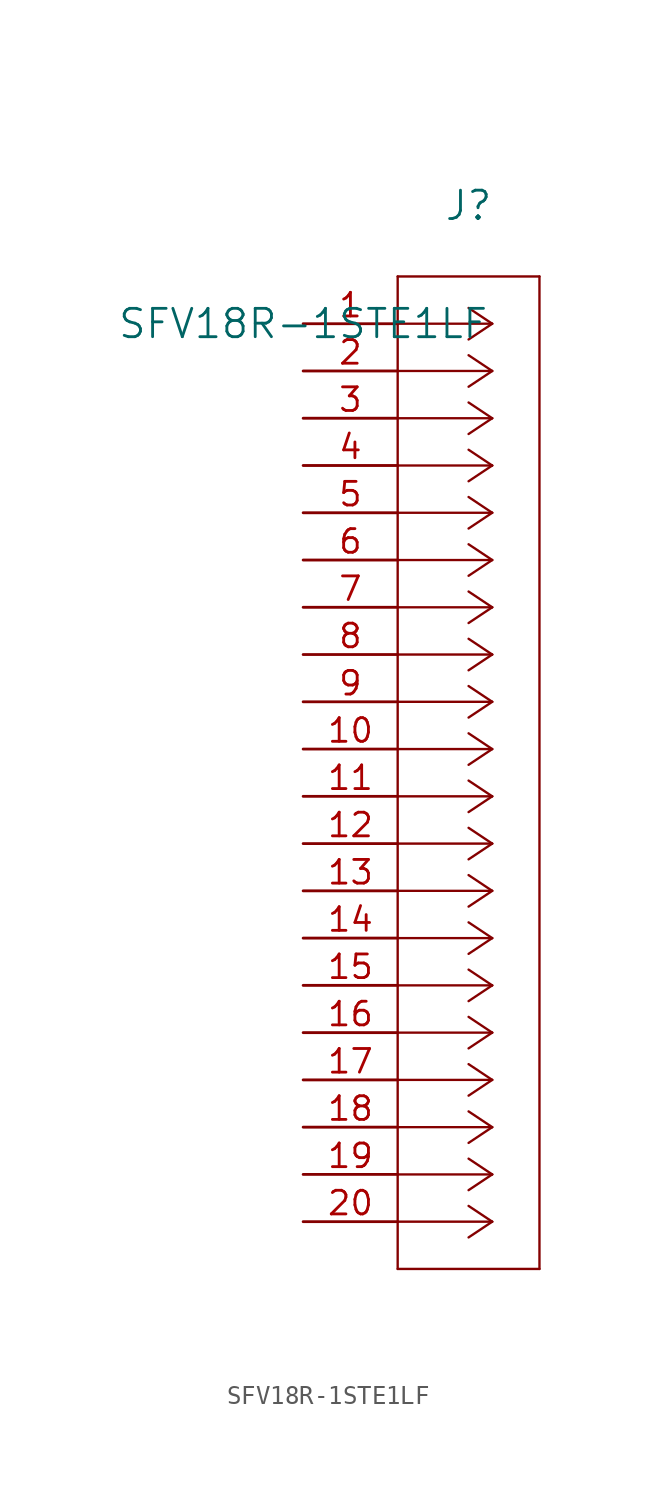
<source format=kicad_sym>
(kicad_symbol_lib
  (version 20211014)
  (generator kicad_symbol_editor)
  (symbol "SFV18R-1STE1LF"
    (pin_names
      (offset 0.254))
    (property "Reference" "J"
      (at 8.89 6.35 0)
      (effects (font (size 1.524 1.524))))
    (property "Value" "SFV18R-1STE1LF"
      (at 0 0 0)
      (effects (font (size 1.524 1.524))))
    (symbol "SFV18R-1STE1LF_0_1"
      (polyline (pts (xy 10.16 0) (xy 5.08 0)) (stroke (width 0.127) (type default) (color 0 0 0 0)) (fill (type none)))
      (polyline (pts (xy 10.16 -2.54) (xy 5.08 -2.54)) (stroke (width 0.127) (type default) (color 0 0 0 0)) (fill (type none)))
      (polyline (pts (xy 10.16 -5.08) (xy 5.08 -5.08)) (stroke (width 0.127) (type default) (color 0 0 0 0)) (fill (type none)))
      (polyline (pts (xy 10.16 -7.62) (xy 5.08 -7.62)) (stroke (width 0.127) (type default) (color 0 0 0 0)) (fill (type none)))
      (polyline (pts (xy 10.16 -10.16) (xy 5.08 -10.16)) (stroke (width 0.127) (type default) (color 0 0 0 0)) (fill (type none)))
      (polyline (pts (xy 10.16 -12.7) (xy 5.08 -12.7)) (stroke (width 0.127) (type default) (color 0 0 0 0)) (fill (type none)))
      (polyline (pts (xy 10.16 -15.24) (xy 5.08 -15.24)) (stroke (width 0.127) (type default) (color 0 0 0 0)) (fill (type none)))
      (polyline (pts (xy 10.16 -17.78) (xy 5.08 -17.78)) (stroke (width 0.127) (type default) (color 0 0 0 0)) (fill (type none)))
      (polyline (pts (xy 10.16 -20.32) (xy 5.08 -20.32)) (stroke (width 0.127) (type default) (color 0 0 0 0)) (fill (type none)))
      (polyline (pts (xy 10.16 -22.86) (xy 5.08 -22.86)) (stroke (width 0.127) (type default) (color 0 0 0 0)) (fill (type none)))
      (polyline (pts (xy 10.16 -25.4) (xy 5.08 -25.4)) (stroke (width 0.127) (type default) (color 0 0 0 0)) (fill (type none)))
      (polyline (pts (xy 10.16 -27.94) (xy 5.08 -27.94)) (stroke (width 0.127) (type default) (color 0 0 0 0)) (fill (type none)))
      (polyline (pts (xy 10.16 -30.48) (xy 5.08 -30.48)) (stroke (width 0.127) (type default) (color 0 0 0 0)) (fill (type none)))
      (polyline (pts (xy 10.16 -33.02) (xy 5.08 -33.02)) (stroke (width 0.127) (type default) (color 0 0 0 0)) (fill (type none)))
      (polyline (pts (xy 10.16 -35.56) (xy 5.08 -35.56)) (stroke (width 0.127) (type default) (color 0 0 0 0)) (fill (type none)))
      (polyline (pts (xy 10.16 -38.1) (xy 5.08 -38.1)) (stroke (width 0.127) (type default) (color 0 0 0 0)) (fill (type none)))
      (polyline (pts (xy 10.16 -40.64) (xy 5.08 -40.64)) (stroke (width 0.127) (type default) (color 0 0 0 0)) (fill (type none)))
      (polyline (pts (xy 10.16 -43.18) (xy 5.08 -43.18)) (stroke (width 0.127) (type default) (color 0 0 0 0)) (fill (type none)))
      (polyline (pts (xy 10.16 -45.72) (xy 5.08 -45.72)) (stroke (width 0.127) (type default) (color 0 0 0 0)) (fill (type none)))
      (polyline (pts (xy 10.16 -48.26) (xy 5.08 -48.26)) (stroke (width 0.127) (type default) (color 0 0 0 0)) (fill (type none)))
      (polyline (pts (xy 10.16 0) (xy 8.89 0.847)) (stroke (width 0.127) (type default) (color 0 0 0 0)) (fill (type none)))
      (polyline (pts (xy 10.16 -2.54) (xy 8.89 -1.693)) (stroke (width 0.127) (type default) (color 0 0 0 0)) (fill (type none)))
      (polyline (pts (xy 10.16 -5.08) (xy 8.89 -4.233)) (stroke (width 0.127) (type default) (color 0 0 0 0)) (fill (type none)))
      (polyline (pts (xy 10.16 -7.62) (xy 8.89 -6.773)) (stroke (width 0.127) (type default) (color 0 0 0 0)) (fill (type none)))
      (polyline (pts (xy 10.16 -10.16) (xy 8.89 -9.313)) (stroke (width 0.127) (type default) (color 0 0 0 0)) (fill (type none)))
      (polyline (pts (xy 10.16 -12.7) (xy 8.89 -11.853)) (stroke (width 0.127) (type default) (color 0 0 0 0)) (fill (type none)))
      (polyline (pts (xy 10.16 -15.24) (xy 8.89 -14.393)) (stroke (width 0.127) (type default) (color 0 0 0 0)) (fill (type none)))
      (polyline (pts (xy 10.16 -17.78) (xy 8.89 -16.933)) (stroke (width 0.127) (type default) (color 0 0 0 0)) (fill (type none)))
      (polyline (pts (xy 10.16 -20.32) (xy 8.89 -19.473)) (stroke (width 0.127) (type default) (color 0 0 0 0)) (fill (type none)))
      (polyline (pts (xy 10.16 -22.86) (xy 8.89 -22.013)) (stroke (width 0.127) (type default) (color 0 0 0 0)) (fill (type none)))
      (polyline (pts (xy 10.16 -25.4) (xy 8.89 -24.553)) (stroke (width 0.127) (type default) (color 0 0 0 0)) (fill (type none)))
      (polyline (pts (xy 10.16 -27.94) (xy 8.89 -27.093)) (stroke (width 0.127) (type default) (color 0 0 0 0)) (fill (type none)))
      (polyline (pts (xy 10.16 -30.48) (xy 8.89 -29.633)) (stroke (width 0.127) (type default) (color 0 0 0 0)) (fill (type none)))
      (polyline (pts (xy 10.16 -33.02) (xy 8.89 -32.173)) (stroke (width 0.127) (type default) (color 0 0 0 0)) (fill (type none)))
      (polyline (pts (xy 10.16 -35.56) (xy 8.89 -34.713)) (stroke (width 0.127) (type default) (color 0 0 0 0)) (fill (type none)))
      (polyline (pts (xy 10.16 -38.1) (xy 8.89 -37.253)) (stroke (width 0.127) (type default) (color 0 0 0 0)) (fill (type none)))
      (polyline (pts (xy 10.16 -40.64) (xy 8.89 -39.793)) (stroke (width 0.127) (type default) (color 0 0 0 0)) (fill (type none)))
      (polyline (pts (xy 10.16 -43.18) (xy 8.89 -42.333)) (stroke (width 0.127) (type default) (color 0 0 0 0)) (fill (type none)))
      (polyline (pts (xy 10.16 -45.72) (xy 8.89 -44.873)) (stroke (width 0.127) (type default) (color 0 0 0 0)) (fill (type none)))
      (polyline (pts (xy 10.16 -48.26) (xy 8.89 -47.413)) (stroke (width 0.127) (type default) (color 0 0 0 0)) (fill (type none)))
      (polyline (pts (xy 10.16 0) (xy 8.89 -0.847)) (stroke (width 0.127) (type default) (color 0 0 0 0)) (fill (type none)))
      (polyline (pts (xy 10.16 -2.54) (xy 8.89 -3.387)) (stroke (width 0.127) (type default) (color 0 0 0 0)) (fill (type none)))
      (polyline (pts (xy 10.16 -5.08) (xy 8.89 -5.927)) (stroke (width 0.127) (type default) (color 0 0 0 0)) (fill (type none)))
      (polyline (pts (xy 10.16 -7.62) (xy 8.89 -8.467)) (stroke (width 0.127) (type default) (color 0 0 0 0)) (fill (type none)))
      (polyline (pts (xy 10.16 -10.16) (xy 8.89 -11.007)) (stroke (width 0.127) (type default) (color 0 0 0 0)) (fill (type none)))
      (polyline (pts (xy 10.16 -12.7) (xy 8.89 -13.547)) (stroke (width 0.127) (type default) (color 0 0 0 0)) (fill (type none)))
      (polyline (pts (xy 10.16 -15.24) (xy 8.89 -16.087)) (stroke (width 0.127) (type default) (color 0 0 0 0)) (fill (type none)))
      (polyline (pts (xy 10.16 -17.78) (xy 8.89 -18.627)) (stroke (width 0.127) (type default) (color 0 0 0 0)) (fill (type none)))
      (polyline (pts (xy 10.16 -20.32) (xy 8.89 -21.167)) (stroke (width 0.127) (type default) (color 0 0 0 0)) (fill (type none)))
      (polyline (pts (xy 10.16 -22.86) (xy 8.89 -23.707)) (stroke (width 0.127) (type default) (color 0 0 0 0)) (fill (type none)))
      (polyline (pts (xy 10.16 -25.4) (xy 8.89 -26.247)) (stroke (width 0.127) (type default) (color 0 0 0 0)) (fill (type none)))
      (polyline (pts (xy 10.16 -27.94) (xy 8.89 -28.787)) (stroke (width 0.127) (type default) (color 0 0 0 0)) (fill (type none)))
      (polyline (pts (xy 10.16 -30.48) (xy 8.89 -31.327)) (stroke (width 0.127) (type default) (color 0 0 0 0)) (fill (type none)))
      (polyline (pts (xy 10.16 -33.02) (xy 8.89 -33.867)) (stroke (width 0.127) (type default) (color 0 0 0 0)) (fill (type none)))
      (polyline (pts (xy 10.16 -35.56) (xy 8.89 -36.407)) (stroke (width 0.127) (type default) (color 0 0 0 0)) (fill (type none)))
      (polyline (pts (xy 10.16 -38.1) (xy 8.89 -38.947)) (stroke (width 0.127) (type default) (color 0 0 0 0)) (fill (type none)))
      (polyline (pts (xy 10.16 -40.64) (xy 8.89 -41.487)) (stroke (width 0.127) (type default) (color 0 0 0 0)) (fill (type none)))
      (polyline (pts (xy 10.16 -43.18) (xy 8.89 -44.027)) (stroke (width 0.127) (type default) (color 0 0 0 0)) (fill (type none)))
      (polyline (pts (xy 10.16 -45.72) (xy 8.89 -46.567)) (stroke (width 0.127) (type default) (color 0 0 0 0)) (fill (type none)))
      (polyline (pts (xy 10.16 -48.26) (xy 8.89 -49.107)) (stroke (width 0.127) (type default) (color 0 0 0 0)) (fill (type none)))
      (polyline (pts (xy 5.08 2.54) (xy 5.08 -50.8)) (stroke (width 0.127) (type default) (color 0 0 0 0)) (fill (type none)))
      (polyline (pts (xy 5.08 -50.8) (xy 12.7 -50.8)) (stroke (width 0.127) (type default) (color 0 0 0 0)) (fill (type none)))
      (polyline (pts (xy 12.7 -50.8) (xy 12.7 2.54)) (stroke (width 0.127) (type default) (color 0 0 0 0)) (fill (type none)))
      (polyline (pts (xy 12.7 2.54) (xy 5.08 2.54)) (stroke (width 0.127) (type default) (color 0 0 0 0)) (fill (type none)))
      (pin unspecified line (at 0 0 0) (length 5.08) (name "" (effects (font (size 1.27 1.27)))) (number "1" (effects (font (size 1.27 1.27)))))
      (pin unspecified line (at 0 -2.54 0) (length 5.08) (name "" (effects (font (size 1.27 1.27)))) (number "2" (effects (font (size 1.27 1.27)))))
      (pin unspecified line (at 0 -5.08 0) (length 5.08) (name "" (effects (font (size 1.27 1.27)))) (number "3" (effects (font (size 1.27 1.27)))))
      (pin unspecified line (at 0 -7.62 0) (length 5.08) (name "" (effects (font (size 1.27 1.27)))) (number "4" (effects (font (size 1.27 1.27)))))
      (pin unspecified line (at 0 -10.16 0) (length 5.08) (name "" (effects (font (size 1.27 1.27)))) (number "5" (effects (font (size 1.27 1.27)))))
      (pin unspecified line (at 0 -12.7 0) (length 5.08) (name "" (effects (font (size 1.27 1.27)))) (number "6" (effects (font (size 1.27 1.27)))))
      (pin unspecified line (at 0 -15.24 0) (length 5.08) (name "" (effects (font (size 1.27 1.27)))) (number "7" (effects (font (size 1.27 1.27)))))
      (pin unspecified line (at 0 -17.78 0) (length 5.08) (name "" (effects (font (size 1.27 1.27)))) (number "8" (effects (font (size 1.27 1.27)))))
      (pin unspecified line (at 0 -20.32 0) (length 5.08) (name "" (effects (font (size 1.27 1.27)))) (number "9" (effects (font (size 1.27 1.27)))))
      (pin unspecified line (at 0 -22.86 0) (length 5.08) (name "" (effects (font (size 1.27 1.27)))) (number "10" (effects (font (size 1.27 1.27)))))
      (pin unspecified line (at 0 -25.4 0) (length 5.08) (name "" (effects (font (size 1.27 1.27)))) (number "11" (effects (font (size 1.27 1.27)))))
      (pin unspecified line (at 0 -27.94 0) (length 5.08) (name "" (effects (font (size 1.27 1.27)))) (number "12" (effects (font (size 1.27 1.27)))))
      (pin unspecified line (at 0 -30.48 0) (length 5.08) (name "" (effects (font (size 1.27 1.27)))) (number "13" (effects (font (size 1.27 1.27)))))
      (pin unspecified line (at 0 -33.02 0) (length 5.08) (name "" (effects (font (size 1.27 1.27)))) (number "14" (effects (font (size 1.27 1.27)))))
      (pin unspecified line (at 0 -35.56 0) (length 5.08) (name "" (effects (font (size 1.27 1.27)))) (number "15" (effects (font (size 1.27 1.27)))))
      (pin unspecified line (at 0 -38.1 0) (length 5.08) (name "" (effects (font (size 1.27 1.27)))) (number "16" (effects (font (size 1.27 1.27)))))
      (pin unspecified line (at 0 -40.64 0) (length 5.08) (name "" (effects (font (size 1.27 1.27)))) (number "17" (effects (font (size 1.27 1.27)))))
      (pin unspecified line (at 0 -43.18 0) (length 5.08) (name "" (effects (font (size 1.27 1.27)))) (number "18" (effects (font (size 1.27 1.27)))))
      (pin unspecified line (at 0 -45.72 0) (length 5.08) (name "" (effects (font (size 1.27 1.27)))) (number "19" (effects (font (size 1.27 1.27)))))
      (pin unspecified line (at 0 -48.26 0) (length 5.08) (name "" (effects (font (size 1.27 1.27)))) (number "20" (effects (font (size 1.27 1.27))))))))
</source>
